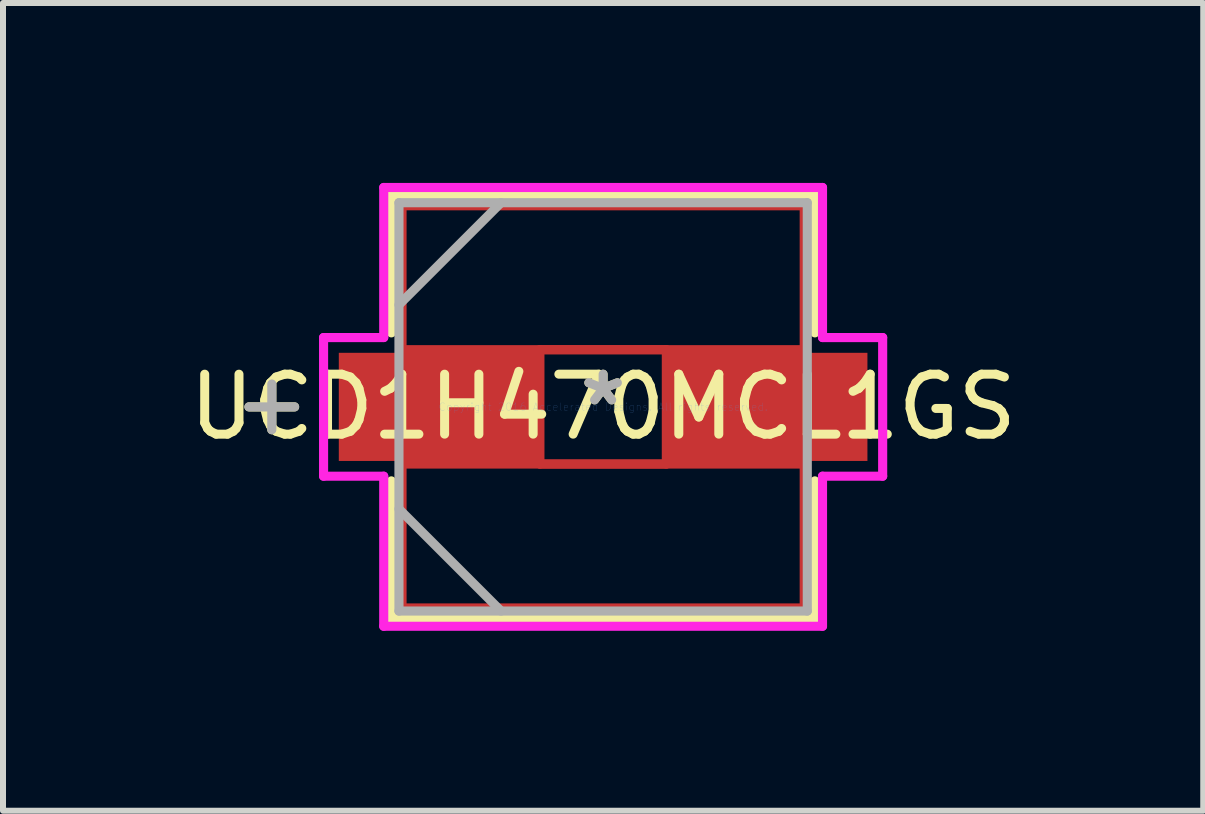
<source format=kicad_pcb>
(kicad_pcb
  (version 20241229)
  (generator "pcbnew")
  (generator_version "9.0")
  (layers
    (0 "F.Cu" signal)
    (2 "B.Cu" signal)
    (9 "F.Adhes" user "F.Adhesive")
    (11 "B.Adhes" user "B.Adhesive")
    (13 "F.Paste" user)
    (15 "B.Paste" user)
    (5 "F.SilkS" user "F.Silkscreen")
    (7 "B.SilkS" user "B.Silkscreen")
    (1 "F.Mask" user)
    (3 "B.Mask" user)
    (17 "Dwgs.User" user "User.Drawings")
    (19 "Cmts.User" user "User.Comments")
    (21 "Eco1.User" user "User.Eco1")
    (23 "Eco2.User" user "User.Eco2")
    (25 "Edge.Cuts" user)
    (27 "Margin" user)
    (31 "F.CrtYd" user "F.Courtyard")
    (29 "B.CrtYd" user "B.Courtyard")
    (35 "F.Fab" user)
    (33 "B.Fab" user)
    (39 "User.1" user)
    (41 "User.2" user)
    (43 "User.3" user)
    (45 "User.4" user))
  (footprint "UCD1H470MCL1GS"
    (layer "F.Cu")
    (at 7.006 3.734)
    (property "Reference" "UCD1H470MCL1GS" (at 0 0 0) (layer "F.SilkS") (effects (font (size 1 1) (thickness 0.15))))
    (attr through_hole)
    (fp_line (start -3.353 -3.353) (end 3.353 -3.353) (stroke (width 0.152) (type solid)) (layer "F.Cu"))
    (fp_line (start -3.353 -0.953) (end -3.353 -3.353) (stroke (width 0.152) (type solid)) (layer "F.Cu"))
    (fp_line (start -3.353 0.953) (end 3.353 0.953) (stroke (width 0.152) (type solid)) (layer "F.Cu"))
    (fp_line (start -3.353 3.353) (end -3.353 0.953) (stroke (width 0.152) (type solid)) (layer "F.Cu"))
    (fp_line (start -1.054 -0.953) (end 1.054 -0.953) (stroke (width 0.152) (type solid)) (layer "F.Cu"))
    (fp_line (start -1.054 0.953) (end -1.054 -0.953) (stroke (width 0.152) (type solid)) (layer "F.Cu"))
    (fp_line (start 1.054 -0.953) (end 1.054 0.953) (stroke (width 0.152) (type solid)) (layer "F.Cu"))
    (fp_line (start 1.054 0.953) (end -1.054 0.953) (stroke (width 0.152) (type solid)) (layer "F.Cu"))
    (fp_line (start 3.353 -3.353) (end 3.353 -0.953) (stroke (width 0.152) (type solid)) (layer "F.Cu"))
    (fp_line (start 3.353 -0.953) (end -3.353 -0.953) (stroke (width 0.152) (type solid)) (layer "F.Cu"))
    (fp_line (start 3.353 0.953) (end 3.353 3.353) (stroke (width 0.152) (type solid)) (layer "F.Cu"))
    (fp_line (start 3.353 3.353) (end -3.353 3.353) (stroke (width 0.152) (type solid)) (layer "F.Cu"))
    (fp_line (start -5.524 -0.381) (end -5.524 0.381) (stroke (width 0.152) (type solid)) (layer "F.SilkS"))
    (fp_line (start -5.144 0) (end -5.905 0) (stroke (width 0.152) (type solid)) (layer "F.SilkS"))
    (fp_line (start -3.531 -3.531) (end -3.531 -1.234) (stroke (width 0.152) (type solid)) (layer "F.SilkS"))
    (fp_line (start -3.531 1.234) (end -3.531 3.531) (stroke (width 0.152) (type solid)) (layer "F.SilkS"))
    (fp_line (start -3.531 3.531) (end 3.531 3.531) (stroke (width 0.152) (type solid)) (layer "F.SilkS"))
    (fp_line (start 3.531 -3.531) (end -3.531 -3.531) (stroke (width 0.152) (type solid)) (layer "F.SilkS"))
    (fp_line (start 3.531 -1.234) (end 3.531 -3.531) (stroke (width 0.152) (type solid)) (layer "F.SilkS"))
    (fp_line (start 3.531 3.531) (end 3.531 1.234) (stroke (width 0.152) (type solid)) (layer "F.SilkS"))
    (fp_line (start -4.661 -1.156) (end -3.658 -1.156) (stroke (width 0.152) (type solid)) (layer "F.CrtYd"))
    (fp_line (start -4.661 1.156) (end -4.661 -1.156) (stroke (width 0.152) (type solid)) (layer "F.CrtYd"))
    (fp_line (start -3.658 -3.658) (end 3.658 -3.658) (stroke (width 0.152) (type solid)) (layer "F.CrtYd"))
    (fp_line (start -3.658 -1.156) (end -3.658 -3.658) (stroke (width 0.152) (type solid)) (layer "F.CrtYd"))
    (fp_line (start -3.658 1.156) (end -4.661 1.156) (stroke (width 0.152) (type solid)) (layer "F.CrtYd"))
    (fp_line (start -3.658 3.658) (end -3.658 1.156) (stroke (width 0.152) (type solid)) (layer "F.CrtYd"))
    (fp_line (start 3.658 -3.658) (end 3.658 -1.156) (stroke (width 0.152) (type solid)) (layer "F.CrtYd"))
    (fp_line (start 3.658 -1.156) (end 4.661 -1.156) (stroke (width 0.152) (type solid)) (layer "F.CrtYd"))
    (fp_line (start 3.658 1.156) (end 3.658 3.658) (stroke (width 0.152) (type solid)) (layer "F.CrtYd"))
    (fp_line (start 3.658 3.658) (end -3.658 3.658) (stroke (width 0.152) (type solid)) (layer "F.CrtYd"))
    (fp_line (start 4.661 -1.156) (end 4.661 1.156) (stroke (width 0.152) (type solid)) (layer "F.CrtYd"))
    (fp_line (start 4.661 1.156) (end 3.658 1.156) (stroke (width 0.152) (type solid)) (layer "F.CrtYd"))
    (fp_line (start -5.524 -0.381) (end -5.524 0.381) (stroke (width 0.152) (type solid)) (layer "F.Fab"))
    (fp_line (start -5.144 0) (end -5.905 0) (stroke (width 0.152) (type solid)) (layer "F.Fab"))
    (fp_line (start -3.404 -3.404) (end -3.404 3.404) (stroke (width 0.152) (type solid)) (layer "F.Fab"))
    (fp_line (start -3.404 -1.702) (end -1.702 -3.404) (stroke (width 0.152) (type solid)) (layer "F.Fab"))
    (fp_line (start -3.404 1.702) (end -1.702 3.404) (stroke (width 0.152) (type solid)) (layer "F.Fab"))
    (fp_line (start -3.404 3.404) (end 3.404 3.404) (stroke (width 0.152) (type solid)) (layer "F.Fab"))
    (fp_line (start 3.404 -3.404) (end -3.404 -3.404) (stroke (width 0.152) (type solid)) (layer "F.Fab"))
    (fp_line (start 3.404 3.404) (end 3.404 -3.404) (stroke (width 0.152) (type solid)) (layer "F.Fab"))
    (fp_text user "*" (at 0 0 0) (layer "F.SilkS") (effects (font (size 1 1) (thickness 0.15))))
    (fp_text user "Copyright 2016 Accelerated Designs. All rights reserved." (at 0 0 0) (layer "Cmts.User") (effects (font (size 0.127 0.127) (thickness 0.002))))
    (fp_text user "*" (at 0 0 0) (layer "F.Fab") (effects (font (size 1 1) (thickness 0.15))))
    (pad "1" smd rect (at -2.756 0) (size 3.302 1.803) (layers "F.Cu" "F.Mask" "F.Paste"))
    (pad "2" smd rect (at 2.756 0) (size 3.302 1.803) (layers "F.Cu" "F.Mask" "F.Paste")))
  (gr_rect
    (start -3 -3)
    (end 17.012 10.468)
    (stroke (width 0.1) (type default))
    (fill no)
    (layer "Edge.Cuts")))
</source>
